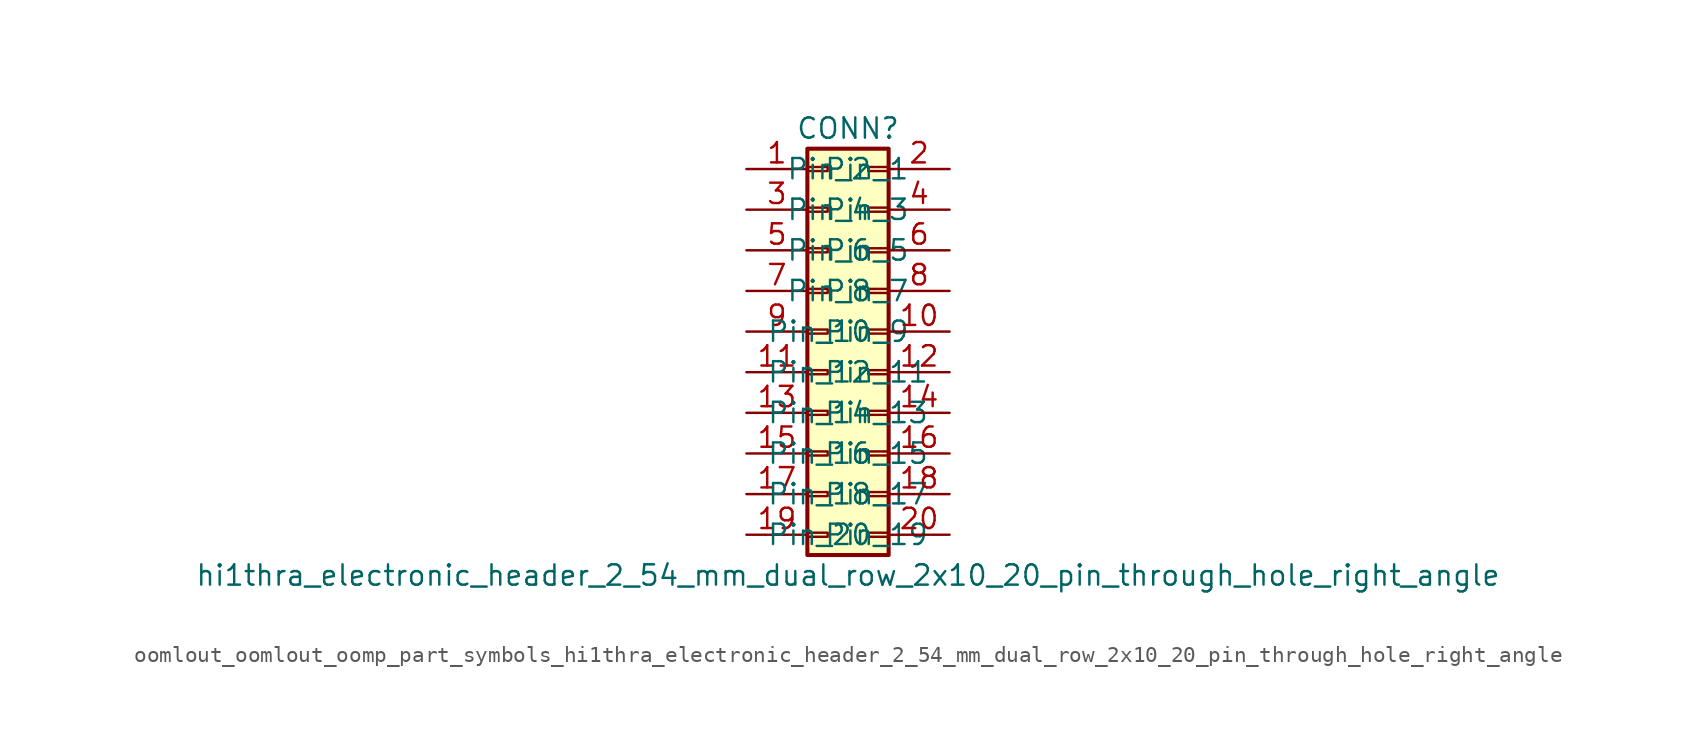
<source format=kicad_sym>
(kicad_symbol_lib
  (version 20220914)
  (generator kicad_symbol_editor)
  (symbol "oomlout_oomlout_oomp_part_symbols_hi1thra_electronic_header_2_54_mm_dual_row_2x10_20_pin_through_hole_right_angle"
    (pin_names
      (offset 1.016))
    (property "Reference" "CONN"
      (at 1.27 12.7 0)
      (effects (font (size 1.27 1.27))))
    (property "Value" "hi1thra_electronic_header_2_54_mm_dual_row_2x10_20_pin_through_hole_right_angle"
      (at 1.27 -15.24 0)
      (effects (font (size 1.27 1.27))))
    (symbol "oomlout_oomlout_oomp_part_symbols_hi1thra_electronic_header_2_54_mm_dual_row_2x10_20_pin_through_hole_right_angle_1_1"
      (rectangle (start -1.27 -12.573) (end 0 -12.827) (stroke (width 0.152) (type default)) (fill (type none)))
      (rectangle (start -1.27 -10.033) (end 0 -10.287) (stroke (width 0.152) (type default)) (fill (type none)))
      (rectangle (start -1.27 -7.493) (end 0 -7.747) (stroke (width 0.152) (type default)) (fill (type none)))
      (rectangle (start -1.27 -4.953) (end 0 -5.207) (stroke (width 0.152) (type default)) (fill (type none)))
      (rectangle (start -1.27 -2.413) (end 0 -2.667) (stroke (width 0.152) (type default)) (fill (type none)))
      (rectangle (start -1.27 0.127) (end 0 -0.127) (stroke (width 0.152) (type default)) (fill (type none)))
      (rectangle (start -1.27 2.667) (end 0 2.413) (stroke (width 0.152) (type default)) (fill (type none)))
      (rectangle (start -1.27 5.207) (end 0 4.953) (stroke (width 0.152) (type default)) (fill (type none)))
      (rectangle (start -1.27 7.747) (end 0 7.493) (stroke (width 0.152) (type default)) (fill (type none)))
      (rectangle (start -1.27 10.287) (end 0 10.033) (stroke (width 0.152) (type default)) (fill (type none)))
      (rectangle (start -1.27 11.43) (end 3.81 -13.97) (stroke (width 0.254) (type default)) (fill (type background)))
      (rectangle (start 3.81 -12.573) (end 2.54 -12.827) (stroke (width 0.152) (type default)) (fill (type none)))
      (rectangle (start 3.81 -10.033) (end 2.54 -10.287) (stroke (width 0.152) (type default)) (fill (type none)))
      (rectangle (start 3.81 -7.493) (end 2.54 -7.747) (stroke (width 0.152) (type default)) (fill (type none)))
      (rectangle (start 3.81 -4.953) (end 2.54 -5.207) (stroke (width 0.152) (type default)) (fill (type none)))
      (rectangle (start 3.81 -2.413) (end 2.54 -2.667) (stroke (width 0.152) (type default)) (fill (type none)))
      (rectangle (start 3.81 0.127) (end 2.54 -0.127) (stroke (width 0.152) (type default)) (fill (type none)))
      (rectangle (start 3.81 2.667) (end 2.54 2.413) (stroke (width 0.152) (type default)) (fill (type none)))
      (rectangle (start 3.81 5.207) (end 2.54 4.953) (stroke (width 0.152) (type default)) (fill (type none)))
      (rectangle (start 3.81 7.747) (end 2.54 7.493) (stroke (width 0.152) (type default)) (fill (type none)))
      (rectangle (start 3.81 10.287) (end 2.54 10.033) (stroke (width 0.152) (type default)) (fill (type none)))
      (pin passive line (at -5.08 10.16 0) (length 3.81) (name "Pin_1" (effects (font (size 1.27 1.27)))) (number "1" (effects (font (size 1.27 1.27)))))
      (pin passive line (at 7.62 0 180) (length 3.81) (name "Pin_10" (effects (font (size 1.27 1.27)))) (number "10" (effects (font (size 1.27 1.27)))))
      (pin passive line (at -5.08 -2.54 0) (length 3.81) (name "Pin_11" (effects (font (size 1.27 1.27)))) (number "11" (effects (font (size 1.27 1.27)))))
      (pin passive line (at 7.62 -2.54 180) (length 3.81) (name "Pin_12" (effects (font (size 1.27 1.27)))) (number "12" (effects (font (size 1.27 1.27)))))
      (pin passive line (at -5.08 -5.08 0) (length 3.81) (name "Pin_13" (effects (font (size 1.27 1.27)))) (number "13" (effects (font (size 1.27 1.27)))))
      (pin passive line (at 7.62 -5.08 180) (length 3.81) (name "Pin_14" (effects (font (size 1.27 1.27)))) (number "14" (effects (font (size 1.27 1.27)))))
      (pin passive line (at -5.08 -7.62 0) (length 3.81) (name "Pin_15" (effects (font (size 1.27 1.27)))) (number "15" (effects (font (size 1.27 1.27)))))
      (pin passive line (at 7.62 -7.62 180) (length 3.81) (name "Pin_16" (effects (font (size 1.27 1.27)))) (number "16" (effects (font (size 1.27 1.27)))))
      (pin passive line (at -5.08 -10.16 0) (length 3.81) (name "Pin_17" (effects (font (size 1.27 1.27)))) (number "17" (effects (font (size 1.27 1.27)))))
      (pin passive line (at 7.62 -10.16 180) (length 3.81) (name "Pin_18" (effects (font (size 1.27 1.27)))) (number "18" (effects (font (size 1.27 1.27)))))
      (pin passive line (at -5.08 -12.7 0) (length 3.81) (name "Pin_19" (effects (font (size 1.27 1.27)))) (number "19" (effects (font (size 1.27 1.27)))))
      (pin passive line (at 7.62 10.16 180) (length 3.81) (name "Pin_2" (effects (font (size 1.27 1.27)))) (number "2" (effects (font (size 1.27 1.27)))))
      (pin passive line (at 7.62 -12.7 180) (length 3.81) (name "Pin_20" (effects (font (size 1.27 1.27)))) (number "20" (effects (font (size 1.27 1.27)))))
      (pin passive line (at -5.08 7.62 0) (length 3.81) (name "Pin_3" (effects (font (size 1.27 1.27)))) (number "3" (effects (font (size 1.27 1.27)))))
      (pin passive line (at 7.62 7.62 180) (length 3.81) (name "Pin_4" (effects (font (size 1.27 1.27)))) (number "4" (effects (font (size 1.27 1.27)))))
      (pin passive line (at -5.08 5.08 0) (length 3.81) (name "Pin_5" (effects (font (size 1.27 1.27)))) (number "5" (effects (font (size 1.27 1.27)))))
      (pin passive line (at 7.62 5.08 180) (length 3.81) (name "Pin_6" (effects (font (size 1.27 1.27)))) (number "6" (effects (font (size 1.27 1.27)))))
      (pin passive line (at -5.08 2.54 0) (length 3.81) (name "Pin_7" (effects (font (size 1.27 1.27)))) (number "7" (effects (font (size 1.27 1.27)))))
      (pin passive line (at 7.62 2.54 180) (length 3.81) (name "Pin_8" (effects (font (size 1.27 1.27)))) (number "8" (effects (font (size 1.27 1.27)))))
      (pin passive line (at -5.08 0 0) (length 3.81) (name "Pin_9" (effects (font (size 1.27 1.27)))) (number "9" (effects (font (size 1.27 1.27))))))))
</source>
